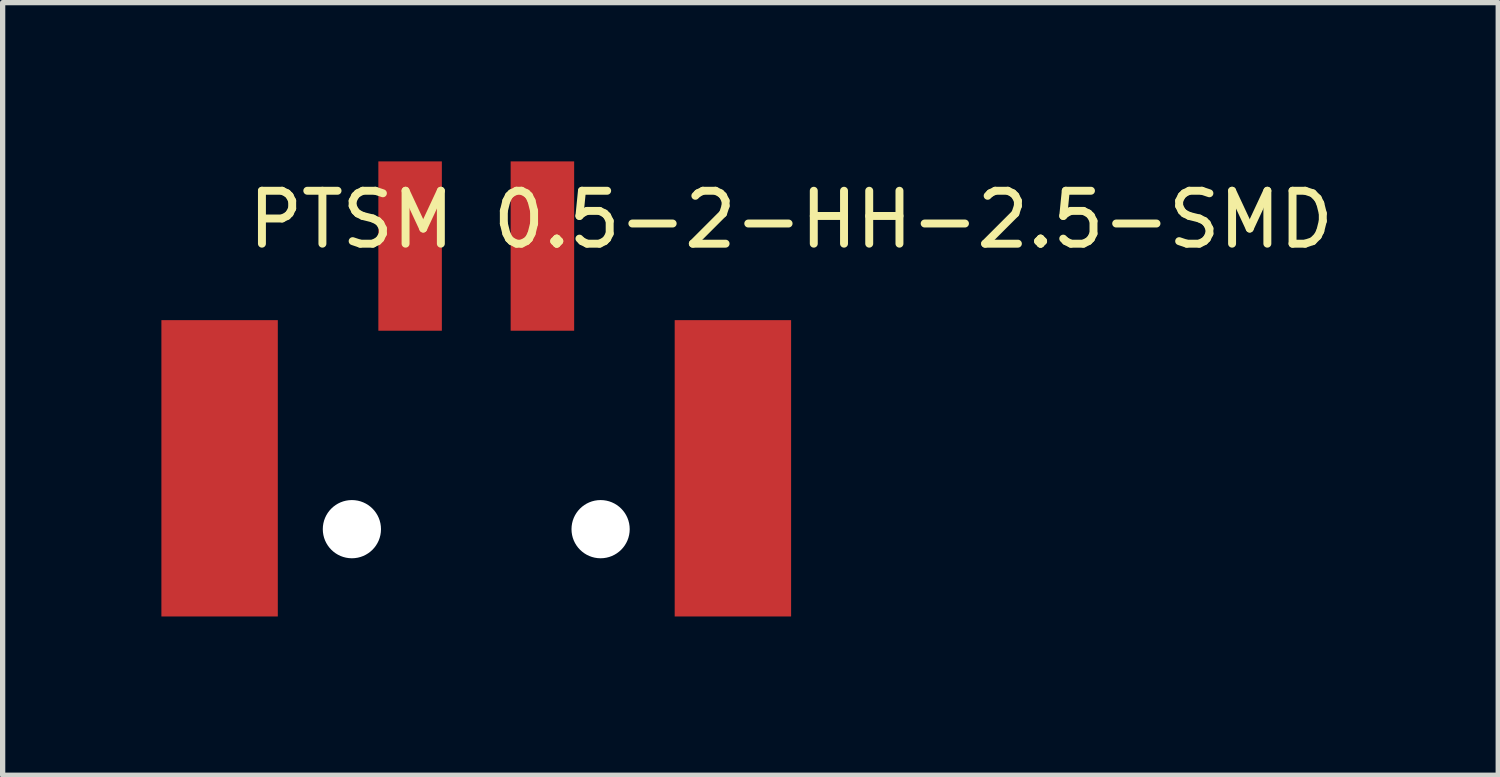
<source format=kicad_pcb>
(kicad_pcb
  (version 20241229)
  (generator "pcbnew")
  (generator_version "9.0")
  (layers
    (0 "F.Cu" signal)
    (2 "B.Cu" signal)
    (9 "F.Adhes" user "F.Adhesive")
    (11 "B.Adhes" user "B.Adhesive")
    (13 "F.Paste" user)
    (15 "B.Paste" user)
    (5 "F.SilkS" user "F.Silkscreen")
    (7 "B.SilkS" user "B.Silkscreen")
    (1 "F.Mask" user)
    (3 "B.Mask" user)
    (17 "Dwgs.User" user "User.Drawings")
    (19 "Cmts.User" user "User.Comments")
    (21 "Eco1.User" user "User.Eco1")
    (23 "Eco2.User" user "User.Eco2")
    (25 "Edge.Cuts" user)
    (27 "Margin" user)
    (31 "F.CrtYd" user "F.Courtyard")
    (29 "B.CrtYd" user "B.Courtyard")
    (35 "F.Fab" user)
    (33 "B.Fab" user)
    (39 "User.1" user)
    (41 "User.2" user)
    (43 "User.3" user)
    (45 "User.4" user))
  (footprint "PTSM 0.5-2-HH-2.5-SMD"
    (layer "F.Cu")
    (at 6.2 4.7)
    (property "Reference" "PTSM 0.5-2-HH-2.5-SMD" (at 5.7 -3.6 0) (unlocked yes) (layer "F.SilkS") (effects (font (size 1 1) (thickness 0.15))))
    (pad "" np_thru_hole circle (at -2.6 2.25) (size 1.1 1.1) (drill 1.1) (layers "*.Cu" "*.Mask"))
    (pad "" np_thru_hole circle (at 2.1 2.25) (size 1.1 1.1) (drill 1.1) (layers "*.Cu" "*.Mask"))
    (pad "1" smd rect (at 1 -3.1) (size 1.2 3.2) (layers "F.Cu" "F.Mask" "F.Paste"))
    (pad "2" smd rect (at -1.5 -3.1) (size 1.2 3.2) (layers "F.Cu" "F.Mask" "F.Paste"))
    (pad "MNT" smd rect (at -5.1 1.1) (size 2.2 5.6) (layers "F.Cu" "F.Mask" "F.Paste"))
    (pad "MNT" smd rect (at 4.6 1.1) (size 2.2 5.6) (layers "F.Cu" "F.Mask" "F.Paste")))
  (gr_rect
    (start -3 -3)
    (end 25.263 11.6)
    (stroke (width 0.1) (type default))
    (fill no)
    (layer "Edge.Cuts")))
</source>
